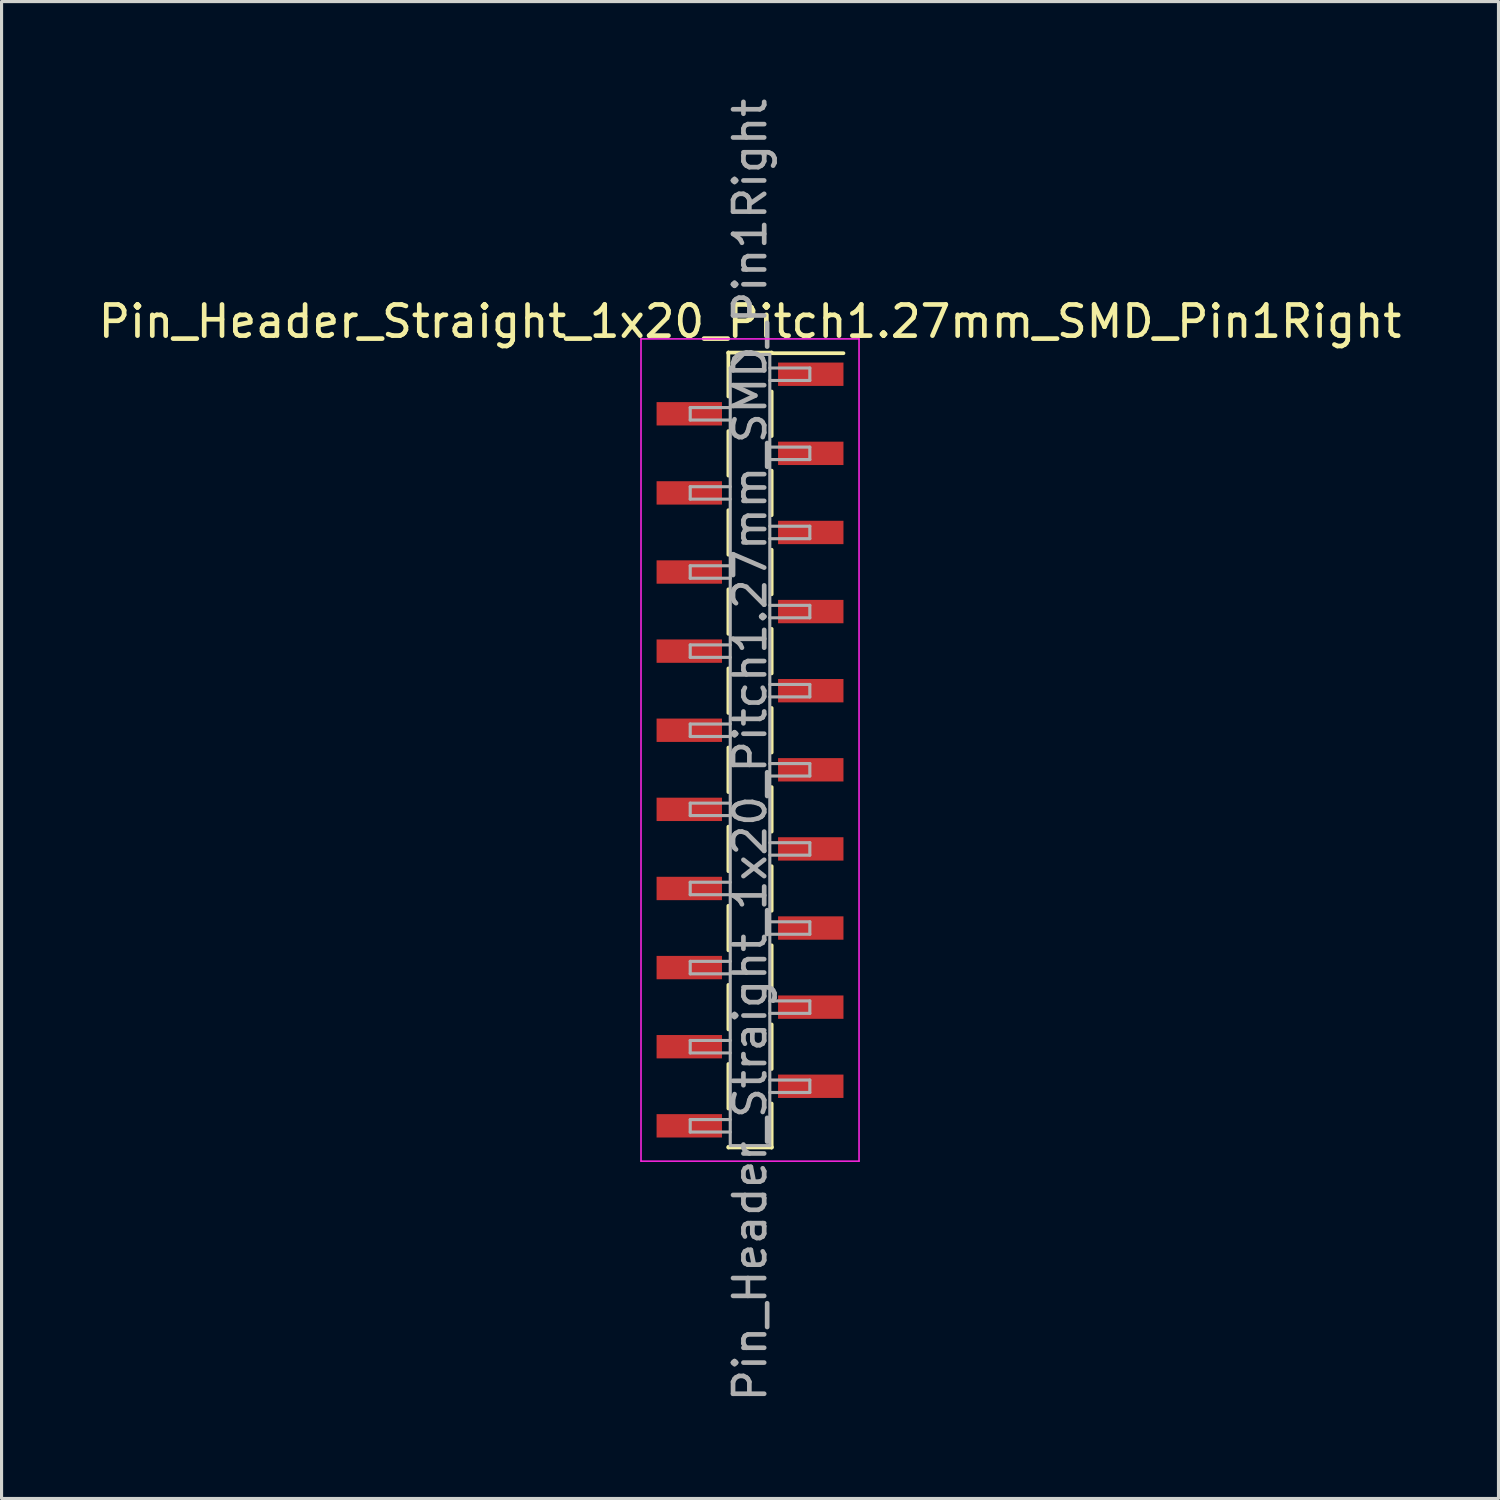
<source format=kicad_pcb>
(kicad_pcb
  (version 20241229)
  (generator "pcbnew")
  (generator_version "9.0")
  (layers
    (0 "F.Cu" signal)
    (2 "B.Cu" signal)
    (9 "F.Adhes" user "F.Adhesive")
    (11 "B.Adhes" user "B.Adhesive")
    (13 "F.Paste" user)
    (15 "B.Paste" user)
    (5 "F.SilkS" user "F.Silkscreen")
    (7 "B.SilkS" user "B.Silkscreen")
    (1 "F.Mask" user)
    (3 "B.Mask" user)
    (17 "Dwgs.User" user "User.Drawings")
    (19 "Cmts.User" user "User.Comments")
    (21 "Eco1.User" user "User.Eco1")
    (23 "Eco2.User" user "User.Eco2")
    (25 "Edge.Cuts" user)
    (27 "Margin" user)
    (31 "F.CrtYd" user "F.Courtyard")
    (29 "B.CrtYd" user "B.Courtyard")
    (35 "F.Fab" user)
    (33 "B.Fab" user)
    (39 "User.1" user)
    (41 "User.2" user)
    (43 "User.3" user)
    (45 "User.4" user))
  (footprint "Pin_Header_Straight_1x20_Pitch1.27mm_SMD_Pin1Right"
    (layer "F.Cu")
    (at 21.03 21.03)
    (property "Reference" "Pin_Header_Straight_1x20_Pitch1.27mm_SMD_Pin1Right" (at 0 -13.76 0) (layer "F.SilkS") (effects (font (size 1 1) (thickness 0.15))))
    (attr smd)
    (fp_line (start -0.695 -12.76) (end -0.695 -11.35) (stroke (width 0.12) (type solid)) (layer "F.SilkS"))
    (fp_line (start -0.695 -12.76) (end 0.695 -12.76) (stroke (width 0.12) (type solid)) (layer "F.SilkS"))
    (fp_line (start -0.695 -12.74) (end -0.695 -12.76) (stroke (width 0.12) (type solid)) (layer "F.SilkS"))
    (fp_line (start -0.695 -10.24) (end -0.695 -8.81) (stroke (width 0.12) (type solid)) (layer "F.SilkS"))
    (fp_line (start -0.695 -7.7) (end -0.695 -6.27) (stroke (width 0.12) (type solid)) (layer "F.SilkS"))
    (fp_line (start -0.695 -5.16) (end -0.695 -3.73) (stroke (width 0.12) (type solid)) (layer "F.SilkS"))
    (fp_line (start -0.695 -2.62) (end -0.695 -1.19) (stroke (width 0.12) (type solid)) (layer "F.SilkS"))
    (fp_line (start -0.695 -0.08) (end -0.695 1.35) (stroke (width 0.12) (type solid)) (layer "F.SilkS"))
    (fp_line (start -0.695 2.46) (end -0.695 3.89) (stroke (width 0.12) (type solid)) (layer "F.SilkS"))
    (fp_line (start -0.695 5) (end -0.695 6.43) (stroke (width 0.12) (type solid)) (layer "F.SilkS"))
    (fp_line (start -0.695 7.54) (end -0.695 8.97) (stroke (width 0.12) (type solid)) (layer "F.SilkS"))
    (fp_line (start -0.695 10.08) (end -0.695 11.51) (stroke (width 0.12) (type solid)) (layer "F.SilkS"))
    (fp_line (start -0.695 12.74) (end -0.695 12.76) (stroke (width 0.12) (type solid)) (layer "F.SilkS"))
    (fp_line (start -0.695 12.76) (end 0.695 12.76) (stroke (width 0.12) (type solid)) (layer "F.SilkS"))
    (fp_line (start 0.695 -12.76) (end 0.695 -12.74) (stroke (width 0.12) (type solid)) (layer "F.SilkS"))
    (fp_line (start 0.695 -12.74) (end 3 -12.74) (stroke (width 0.12) (type solid)) (layer "F.SilkS"))
    (fp_line (start 0.695 -11.51) (end 0.695 -10.08) (stroke (width 0.12) (type solid)) (layer "F.SilkS"))
    (fp_line (start 0.695 -8.97) (end 0.695 -7.54) (stroke (width 0.12) (type solid)) (layer "F.SilkS"))
    (fp_line (start 0.695 -6.43) (end 0.695 -5) (stroke (width 0.12) (type solid)) (layer "F.SilkS"))
    (fp_line (start 0.695 -3.89) (end 0.695 -2.46) (stroke (width 0.12) (type solid)) (layer "F.SilkS"))
    (fp_line (start 0.695 -1.35) (end 0.695 0.08) (stroke (width 0.12) (type solid)) (layer "F.SilkS"))
    (fp_line (start 0.695 1.19) (end 0.695 2.62) (stroke (width 0.12) (type solid)) (layer "F.SilkS"))
    (fp_line (start 0.695 3.73) (end 0.695 5.16) (stroke (width 0.12) (type solid)) (layer "F.SilkS"))
    (fp_line (start 0.695 6.27) (end 0.695 7.7) (stroke (width 0.12) (type solid)) (layer "F.SilkS"))
    (fp_line (start 0.695 8.81) (end 0.695 10.24) (stroke (width 0.12) (type solid)) (layer "F.SilkS"))
    (fp_line (start 0.695 11.35) (end 0.695 12.76) (stroke (width 0.12) (type solid)) (layer "F.SilkS"))
    (fp_line (start 0.695 12.76) (end 0.695 12.74) (stroke (width 0.12) (type solid)) (layer "F.SilkS"))
    (fp_line (start -3.5 -13.2) (end -3.5 13.2) (stroke (width 0.05) (type solid)) (layer "F.CrtYd"))
    (fp_line (start -3.5 13.2) (end 3.5 13.2) (stroke (width 0.05) (type solid)) (layer "F.CrtYd"))
    (fp_line (start 3.5 -13.2) (end -3.5 -13.2) (stroke (width 0.05) (type solid)) (layer "F.CrtYd"))
    (fp_line (start 3.5 13.2) (end 3.5 -13.2) (stroke (width 0.05) (type solid)) (layer "F.CrtYd"))
    (fp_line (start -1.92 -10.995) (end -1.92 -10.595) (stroke (width 0.1) (type solid)) (layer "F.Fab"))
    (fp_line (start -1.92 -10.595) (end -0.635 -10.595) (stroke (width 0.1) (type solid)) (layer "F.Fab"))
    (fp_line (start -1.92 -8.455) (end -1.92 -8.055) (stroke (width 0.1) (type solid)) (layer "F.Fab"))
    (fp_line (start -1.92 -8.055) (end -0.635 -8.055) (stroke (width 0.1) (type solid)) (layer "F.Fab"))
    (fp_line (start -1.92 -5.915) (end -1.92 -5.515) (stroke (width 0.1) (type solid)) (layer "F.Fab"))
    (fp_line (start -1.92 -5.515) (end -0.635 -5.515) (stroke (width 0.1) (type solid)) (layer "F.Fab"))
    (fp_line (start -1.92 -3.375) (end -1.92 -2.975) (stroke (width 0.1) (type solid)) (layer "F.Fab"))
    (fp_line (start -1.92 -2.975) (end -0.635 -2.975) (stroke (width 0.1) (type solid)) (layer "F.Fab"))
    (fp_line (start -1.92 -0.835) (end -1.92 -0.435) (stroke (width 0.1) (type solid)) (layer "F.Fab"))
    (fp_line (start -1.92 -0.435) (end -0.635 -0.435) (stroke (width 0.1) (type solid)) (layer "F.Fab"))
    (fp_line (start -1.92 1.705) (end -1.92 2.105) (stroke (width 0.1) (type solid)) (layer "F.Fab"))
    (fp_line (start -1.92 2.105) (end -0.635 2.105) (stroke (width 0.1) (type solid)) (layer "F.Fab"))
    (fp_line (start -1.92 4.245) (end -1.92 4.645) (stroke (width 0.1) (type solid)) (layer "F.Fab"))
    (fp_line (start -1.92 4.645) (end -0.635 4.645) (stroke (width 0.1) (type solid)) (layer "F.Fab"))
    (fp_line (start -1.92 6.785) (end -1.92 7.185) (stroke (width 0.1) (type solid)) (layer "F.Fab"))
    (fp_line (start -1.92 7.185) (end -0.635 7.185) (stroke (width 0.1) (type solid)) (layer "F.Fab"))
    (fp_line (start -1.92 9.325) (end -1.92 9.725) (stroke (width 0.1) (type solid)) (layer "F.Fab"))
    (fp_line (start -1.92 9.725) (end -0.635 9.725) (stroke (width 0.1) (type solid)) (layer "F.Fab"))
    (fp_line (start -1.92 11.865) (end -1.92 12.265) (stroke (width 0.1) (type solid)) (layer "F.Fab"))
    (fp_line (start -1.92 12.265) (end -0.635 12.265) (stroke (width 0.1) (type solid)) (layer "F.Fab"))
    (fp_line (start -0.635 -12.265) (end -0.2 -12.7) (stroke (width 0.1) (type solid)) (layer "F.Fab"))
    (fp_line (start -0.635 -10.995) (end -1.92 -10.995) (stroke (width 0.1) (type solid)) (layer "F.Fab"))
    (fp_line (start -0.635 -8.455) (end -1.92 -8.455) (stroke (width 0.1) (type solid)) (layer "F.Fab"))
    (fp_line (start -0.635 -5.915) (end -1.92 -5.915) (stroke (width 0.1) (type solid)) (layer "F.Fab"))
    (fp_line (start -0.635 -3.375) (end -1.92 -3.375) (stroke (width 0.1) (type solid)) (layer "F.Fab"))
    (fp_line (start -0.635 -0.835) (end -1.92 -0.835) (stroke (width 0.1) (type solid)) (layer "F.Fab"))
    (fp_line (start -0.635 1.705) (end -1.92 1.705) (stroke (width 0.1) (type solid)) (layer "F.Fab"))
    (fp_line (start -0.635 4.245) (end -1.92 4.245) (stroke (width 0.1) (type solid)) (layer "F.Fab"))
    (fp_line (start -0.635 6.785) (end -1.92 6.785) (stroke (width 0.1) (type solid)) (layer "F.Fab"))
    (fp_line (start -0.635 9.325) (end -1.92 9.325) (stroke (width 0.1) (type solid)) (layer "F.Fab"))
    (fp_line (start -0.635 11.865) (end -1.92 11.865) (stroke (width 0.1) (type solid)) (layer "F.Fab"))
    (fp_line (start -0.635 12.7) (end -0.635 -12.265) (stroke (width 0.1) (type solid)) (layer "F.Fab"))
    (fp_line (start -0.2 -12.7) (end 0.635 -12.7) (stroke (width 0.1) (type solid)) (layer "F.Fab"))
    (fp_line (start 0.635 -12.7) (end 0.635 12.7) (stroke (width 0.1) (type solid)) (layer "F.Fab"))
    (fp_line (start 0.635 -12.265) (end 1.92 -12.265) (stroke (width 0.1) (type solid)) (layer "F.Fab"))
    (fp_line (start 0.635 -9.725) (end 1.92 -9.725) (stroke (width 0.1) (type solid)) (layer "F.Fab"))
    (fp_line (start 0.635 -7.185) (end 1.92 -7.185) (stroke (width 0.1) (type solid)) (layer "F.Fab"))
    (fp_line (start 0.635 -4.645) (end 1.92 -4.645) (stroke (width 0.1) (type solid)) (layer "F.Fab"))
    (fp_line (start 0.635 -2.105) (end 1.92 -2.105) (stroke (width 0.1) (type solid)) (layer "F.Fab"))
    (fp_line (start 0.635 0.435) (end 1.92 0.435) (stroke (width 0.1) (type solid)) (layer "F.Fab"))
    (fp_line (start 0.635 2.975) (end 1.92 2.975) (stroke (width 0.1) (type solid)) (layer "F.Fab"))
    (fp_line (start 0.635 5.515) (end 1.92 5.515) (stroke (width 0.1) (type solid)) (layer "F.Fab"))
    (fp_line (start 0.635 8.055) (end 1.92 8.055) (stroke (width 0.1) (type solid)) (layer "F.Fab"))
    (fp_line (start 0.635 10.595) (end 1.92 10.595) (stroke (width 0.1) (type solid)) (layer "F.Fab"))
    (fp_line (start 0.635 12.7) (end -0.635 12.7) (stroke (width 0.1) (type solid)) (layer "F.Fab"))
    (fp_line (start 1.92 -12.265) (end 1.92 -11.865) (stroke (width 0.1) (type solid)) (layer "F.Fab"))
    (fp_line (start 1.92 -11.865) (end 0.635 -11.865) (stroke (width 0.1) (type solid)) (layer "F.Fab"))
    (fp_line (start 1.92 -9.725) (end 1.92 -9.325) (stroke (width 0.1) (type solid)) (layer "F.Fab"))
    (fp_line (start 1.92 -9.325) (end 0.635 -9.325) (stroke (width 0.1) (type solid)) (layer "F.Fab"))
    (fp_line (start 1.92 -7.185) (end 1.92 -6.785) (stroke (width 0.1) (type solid)) (layer "F.Fab"))
    (fp_line (start 1.92 -6.785) (end 0.635 -6.785) (stroke (width 0.1) (type solid)) (layer "F.Fab"))
    (fp_line (start 1.92 -4.645) (end 1.92 -4.245) (stroke (width 0.1) (type solid)) (layer "F.Fab"))
    (fp_line (start 1.92 -4.245) (end 0.635 -4.245) (stroke (width 0.1) (type solid)) (layer "F.Fab"))
    (fp_line (start 1.92 -2.105) (end 1.92 -1.705) (stroke (width 0.1) (type solid)) (layer "F.Fab"))
    (fp_line (start 1.92 -1.705) (end 0.635 -1.705) (stroke (width 0.1) (type solid)) (layer "F.Fab"))
    (fp_line (start 1.92 0.435) (end 1.92 0.835) (stroke (width 0.1) (type solid)) (layer "F.Fab"))
    (fp_line (start 1.92 0.835) (end 0.635 0.835) (stroke (width 0.1) (type solid)) (layer "F.Fab"))
    (fp_line (start 1.92 2.975) (end 1.92 3.375) (stroke (width 0.1) (type solid)) (layer "F.Fab"))
    (fp_line (start 1.92 3.375) (end 0.635 3.375) (stroke (width 0.1) (type solid)) (layer "F.Fab"))
    (fp_line (start 1.92 5.515) (end 1.92 5.915) (stroke (width 0.1) (type solid)) (layer "F.Fab"))
    (fp_line (start 1.92 5.915) (end 0.635 5.915) (stroke (width 0.1) (type solid)) (layer "F.Fab"))
    (fp_line (start 1.92 8.055) (end 1.92 8.455) (stroke (width 0.1) (type solid)) (layer "F.Fab"))
    (fp_line (start 1.92 8.455) (end 0.635 8.455) (stroke (width 0.1) (type solid)) (layer "F.Fab"))
    (fp_line (start 1.92 10.595) (end 1.92 10.995) (stroke (width 0.1) (type solid)) (layer "F.Fab"))
    (fp_line (start 1.92 10.995) (end 0.635 10.995) (stroke (width 0.1) (type solid)) (layer "F.Fab"))
    (fp_text user "${REFERENCE}" (at 0 0 90) (layer "F.Fab") (effects (font (size 1 1) (thickness 0.15))))
    (pad "1" smd rect (at 1.95 -12.065) (size 2.1 0.75) (layers "F.Cu" "F.Mask" "F.Paste"))
    (pad "2" smd rect (at -1.95 -10.795) (size 2.1 0.75) (layers "F.Cu" "F.Mask" "F.Paste"))
    (pad "3" smd rect (at 1.95 -9.525) (size 2.1 0.75) (layers "F.Cu" "F.Mask" "F.Paste"))
    (pad "4" smd rect (at -1.95 -8.255) (size 2.1 0.75) (layers "F.Cu" "F.Mask" "F.Paste"))
    (pad "5" smd rect (at 1.95 -6.985) (size 2.1 0.75) (layers "F.Cu" "F.Mask" "F.Paste"))
    (pad "6" smd rect (at -1.95 -5.715) (size 2.1 0.75) (layers "F.Cu" "F.Mask" "F.Paste"))
    (pad "7" smd rect (at 1.95 -4.445) (size 2.1 0.75) (layers "F.Cu" "F.Mask" "F.Paste"))
    (pad "8" smd rect (at -1.95 -3.175) (size 2.1 0.75) (layers "F.Cu" "F.Mask" "F.Paste"))
    (pad "9" smd rect (at 1.95 -1.905) (size 2.1 0.75) (layers "F.Cu" "F.Mask" "F.Paste"))
    (pad "10" smd rect (at -1.95 -0.635) (size 2.1 0.75) (layers "F.Cu" "F.Mask" "F.Paste"))
    (pad "11" smd rect (at 1.95 0.635) (size 2.1 0.75) (layers "F.Cu" "F.Mask" "F.Paste"))
    (pad "12" smd rect (at -1.95 1.905) (size 2.1 0.75) (layers "F.Cu" "F.Mask" "F.Paste"))
    (pad "13" smd rect (at 1.95 3.175) (size 2.1 0.75) (layers "F.Cu" "F.Mask" "F.Paste"))
    (pad "14" smd rect (at -1.95 4.445) (size 2.1 0.75) (layers "F.Cu" "F.Mask" "F.Paste"))
    (pad "15" smd rect (at 1.95 5.715) (size 2.1 0.75) (layers "F.Cu" "F.Mask" "F.Paste"))
    (pad "16" smd rect (at -1.95 6.985) (size 2.1 0.75) (layers "F.Cu" "F.Mask" "F.Paste"))
    (pad "17" smd rect (at 1.95 8.255) (size 2.1 0.75) (layers "F.Cu" "F.Mask" "F.Paste"))
    (pad "18" smd rect (at -1.95 9.525) (size 2.1 0.75) (layers "F.Cu" "F.Mask" "F.Paste"))
    (pad "19" smd rect (at 1.95 10.795) (size 2.1 0.75) (layers "F.Cu" "F.Mask" "F.Paste"))
    (pad "20" smd rect (at -1.95 12.065) (size 2.1 0.75) (layers "F.Cu" "F.Mask" "F.Paste")))
  (gr_rect
    (start -3 -3)
    (end 45.06 45.06)
    (stroke (width 0.1) (type default))
    (fill no)
    (layer "Edge.Cuts")))
</source>
